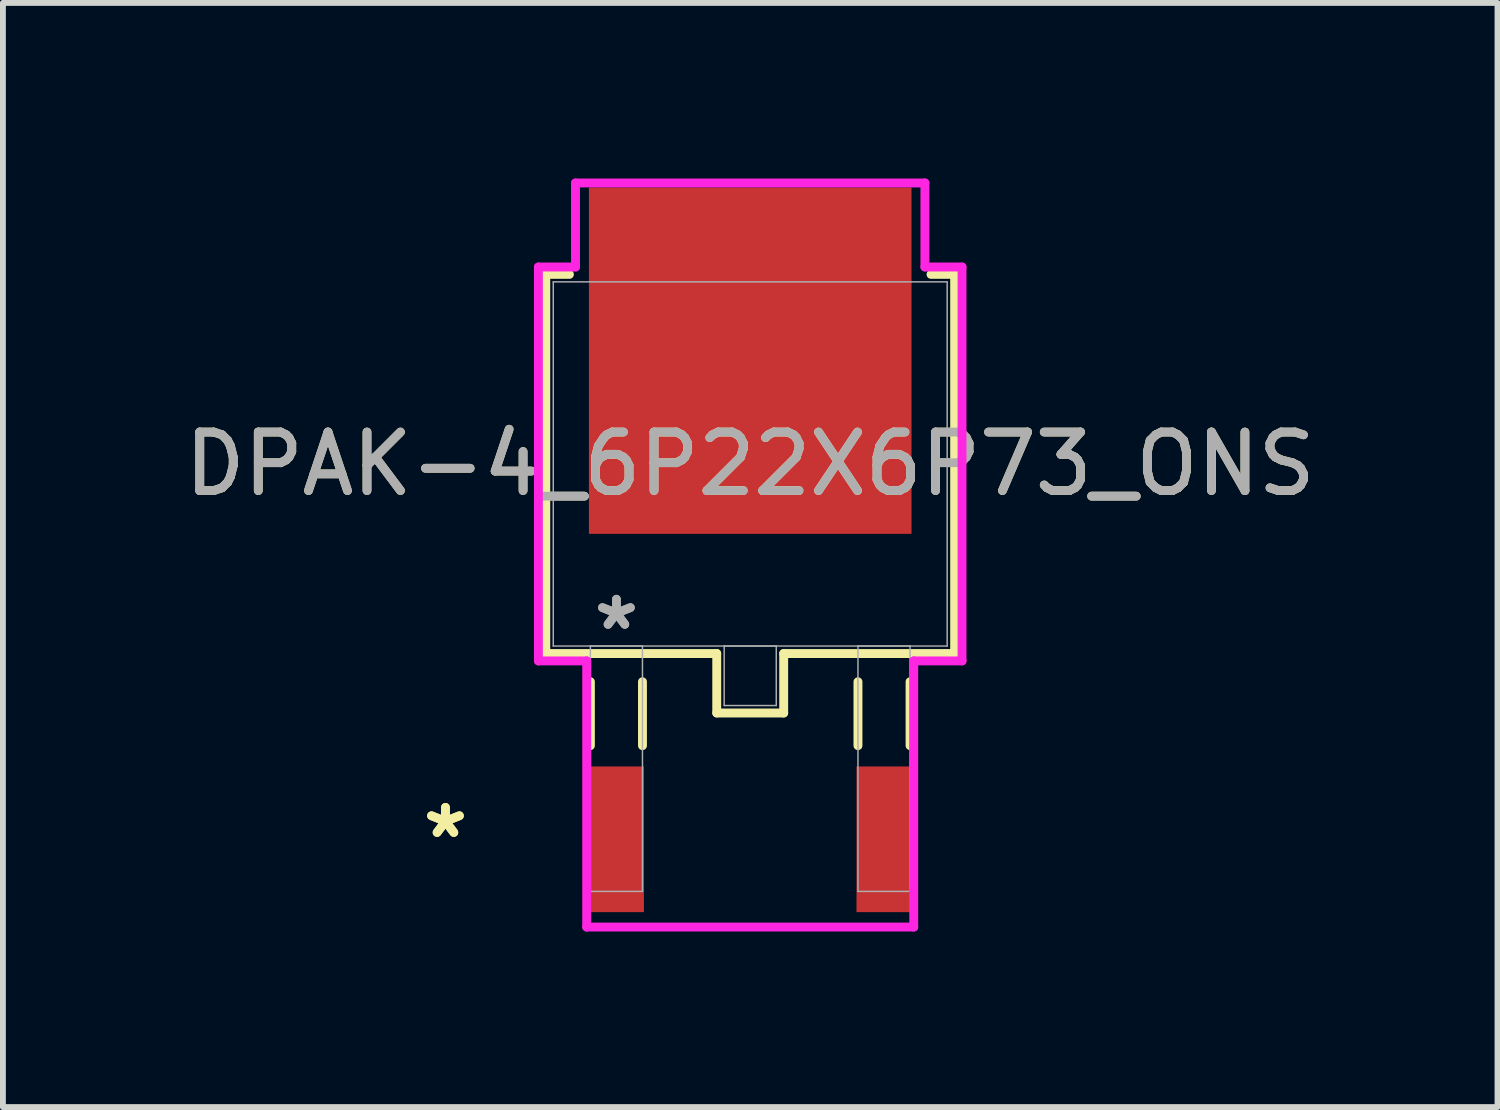
<source format=kicad_pcb>
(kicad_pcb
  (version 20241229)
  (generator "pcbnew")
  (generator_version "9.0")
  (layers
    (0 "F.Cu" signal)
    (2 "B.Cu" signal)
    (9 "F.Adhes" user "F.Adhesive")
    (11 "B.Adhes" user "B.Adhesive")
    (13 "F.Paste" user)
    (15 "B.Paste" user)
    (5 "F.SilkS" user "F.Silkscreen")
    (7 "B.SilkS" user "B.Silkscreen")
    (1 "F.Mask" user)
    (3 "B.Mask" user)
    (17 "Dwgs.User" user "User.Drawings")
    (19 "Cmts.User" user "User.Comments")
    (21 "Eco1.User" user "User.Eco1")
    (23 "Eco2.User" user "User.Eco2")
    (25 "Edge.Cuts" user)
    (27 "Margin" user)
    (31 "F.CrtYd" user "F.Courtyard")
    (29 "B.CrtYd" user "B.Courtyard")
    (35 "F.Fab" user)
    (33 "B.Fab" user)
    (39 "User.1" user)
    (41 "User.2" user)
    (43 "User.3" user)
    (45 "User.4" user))
  (footprint "DPAK-4_6P22X6P73_ONS"
    (layer "F.Cu")
    (at 9.768 4.877)
    (property "Reference" "DPAK-4_6P22X6P73_ONS" (at 0 0 0) (unlocked yes) (layer "F.SilkS") (effects (font (size 1 1) (thickness 0.15))))
    (attr smd)
    (fp_line (start -3.493 -3.239) (end -3.493 3.239) (stroke (width 0.152) (type solid)) (layer "F.SilkS"))
    (fp_line (start -3.493 3.239) (end -0.572 3.239) (stroke (width 0.152) (type solid)) (layer "F.SilkS"))
    (fp_line (start -3.089 -3.239) (end -3.493 -3.239) (stroke (width 0.152) (type solid)) (layer "F.SilkS"))
    (fp_line (start -2.731 3.721) (end -2.731 4.813) (stroke (width 0.152) (type solid)) (layer "F.SilkS"))
    (fp_line (start -1.841 3.721) (end -1.841 4.813) (stroke (width 0.152) (type solid)) (layer "F.SilkS"))
    (fp_line (start -0.572 3.239) (end -0.572 4.255) (stroke (width 0.152) (type solid)) (layer "F.SilkS"))
    (fp_line (start -0.572 4.255) (end 0.572 4.255) (stroke (width 0.152) (type solid)) (layer "F.SilkS"))
    (fp_line (start 0.572 3.239) (end 3.493 3.239) (stroke (width 0.152) (type solid)) (layer "F.SilkS"))
    (fp_line (start 0.572 4.255) (end 0.572 3.239) (stroke (width 0.152) (type solid)) (layer "F.SilkS"))
    (fp_line (start 1.841 3.721) (end 1.841 4.813) (stroke (width 0.152) (type solid)) (layer "F.SilkS"))
    (fp_line (start 2.731 3.721) (end 2.731 4.813) (stroke (width 0.152) (type solid)) (layer "F.SilkS"))
    (fp_line (start 3.493 -3.239) (end 3.089 -3.239) (stroke (width 0.152) (type solid)) (layer "F.SilkS"))
    (fp_line (start 3.493 3.239) (end 3.493 -3.239) (stroke (width 0.152) (type solid)) (layer "F.SilkS"))
    (fp_line (start -3.619 -3.365) (end -2.985 -3.365) (stroke (width 0.152) (type solid)) (layer "F.CrtYd"))
    (fp_line (start -3.619 3.365) (end -3.619 -3.365) (stroke (width 0.152) (type solid)) (layer "F.CrtYd"))
    (fp_line (start -2.985 -4.801) (end 2.985 -4.801) (stroke (width 0.152) (type solid)) (layer "F.CrtYd"))
    (fp_line (start -2.985 -3.365) (end -2.985 -4.801) (stroke (width 0.152) (type solid)) (layer "F.CrtYd"))
    (fp_line (start -2.794 3.365) (end -3.619 3.365) (stroke (width 0.152) (type solid)) (layer "F.CrtYd"))
    (fp_line (start -2.794 7.912) (end -2.794 3.365) (stroke (width 0.152) (type solid)) (layer "F.CrtYd"))
    (fp_line (start 2.794 3.365) (end 2.794 7.912) (stroke (width 0.152) (type solid)) (layer "F.CrtYd"))
    (fp_line (start 2.794 7.912) (end -2.794 7.912) (stroke (width 0.152) (type solid)) (layer "F.CrtYd"))
    (fp_line (start 2.985 -4.801) (end 2.985 -3.365) (stroke (width 0.152) (type solid)) (layer "F.CrtYd"))
    (fp_line (start 2.985 -3.365) (end 3.619 -3.365) (stroke (width 0.152) (type solid)) (layer "F.CrtYd"))
    (fp_line (start 3.619 -3.365) (end 3.619 3.365) (stroke (width 0.152) (type solid)) (layer "F.CrtYd"))
    (fp_line (start 3.619 3.365) (end 2.794 3.365) (stroke (width 0.152) (type solid)) (layer "F.CrtYd"))
    (fp_line (start -3.365 -3.111) (end -3.365 3.111) (stroke (width 0.025) (type solid)) (layer "F.Fab"))
    (fp_line (start -3.365 3.111) (end 3.365 3.111) (stroke (width 0.025) (type solid)) (layer "F.Fab"))
    (fp_line (start -2.731 3.111) (end -2.731 7.303) (stroke (width 0.025) (type solid)) (layer "F.Fab"))
    (fp_line (start -2.731 7.303) (end -1.841 7.303) (stroke (width 0.025) (type solid)) (layer "F.Fab"))
    (fp_line (start -1.841 3.111) (end -2.731 3.111) (stroke (width 0.025) (type solid)) (layer "F.Fab"))
    (fp_line (start -1.841 7.303) (end -1.841 3.111) (stroke (width 0.025) (type solid)) (layer "F.Fab"))
    (fp_line (start -0.445 3.111) (end -0.445 4.128) (stroke (width 0.025) (type solid)) (layer "F.Fab"))
    (fp_line (start -0.445 4.128) (end 0.445 4.128) (stroke (width 0.025) (type solid)) (layer "F.Fab"))
    (fp_line (start 0.445 3.111) (end -0.445 3.111) (stroke (width 0.025) (type solid)) (layer "F.Fab"))
    (fp_line (start 0.445 4.128) (end 0.445 3.111) (stroke (width 0.025) (type solid)) (layer "F.Fab"))
    (fp_line (start 1.841 3.111) (end 1.841 7.303) (stroke (width 0.025) (type solid)) (layer "F.Fab"))
    (fp_line (start 1.841 7.303) (end 2.731 7.303) (stroke (width 0.025) (type solid)) (layer "F.Fab"))
    (fp_line (start 2.731 3.111) (end 1.841 3.111) (stroke (width 0.025) (type solid)) (layer "F.Fab"))
    (fp_line (start 2.731 7.303) (end 2.731 3.111) (stroke (width 0.025) (type solid)) (layer "F.Fab"))
    (fp_line (start 3.365 -3.111) (end -3.365 -3.111) (stroke (width 0.025) (type solid)) (layer "F.Fab"))
    (fp_line (start 3.365 3.111) (end 3.365 -3.111) (stroke (width 0.025) (type solid)) (layer "F.Fab"))
    (fp_text user "*" (at -5.207 6.413 0) (unlocked yes) (layer "F.SilkS") (effects (font (size 1 1) (thickness 0.15))))
    (fp_text user "*" (at -5.207 6.413 0) (layer "F.SilkS") (effects (font (size 1 1) (thickness 0.15))))
    (fp_text user "*" (at -2.286 2.857 0) (layer "F.Fab") (effects (font (size 1 1) (thickness 0.15))))
    (fp_text user "${REFERENCE}" (at 0 0 0) (unlocked yes) (layer "F.Fab") (effects (font (size 1 1) (thickness 0.15))))
    (fp_text user "*" (at -2.286 2.857 0) (unlocked yes) (layer "F.Fab") (effects (font (size 1 1) (thickness 0.15))))
    (pad "1" smd rect (at -2.286 6.413) (size 0.94 2.489) (layers "F.Cu" "F.Mask" "F.Paste"))
    (pad "2" smd rect (at 2.286 6.413) (size 0.94 2.489) (layers "F.Cu" "F.Mask" "F.Paste"))
    (pad "3" smd rect (at 0 -1.765) (size 5.512 5.918) (layers "F.Cu" "F.Mask" "F.Paste")))
  (gr_rect
    (start -3 -3)
    (end 22.536 15.865)
    (stroke (width 0.1) (type default))
    (fill no)
    (layer "Edge.Cuts")))
</source>
